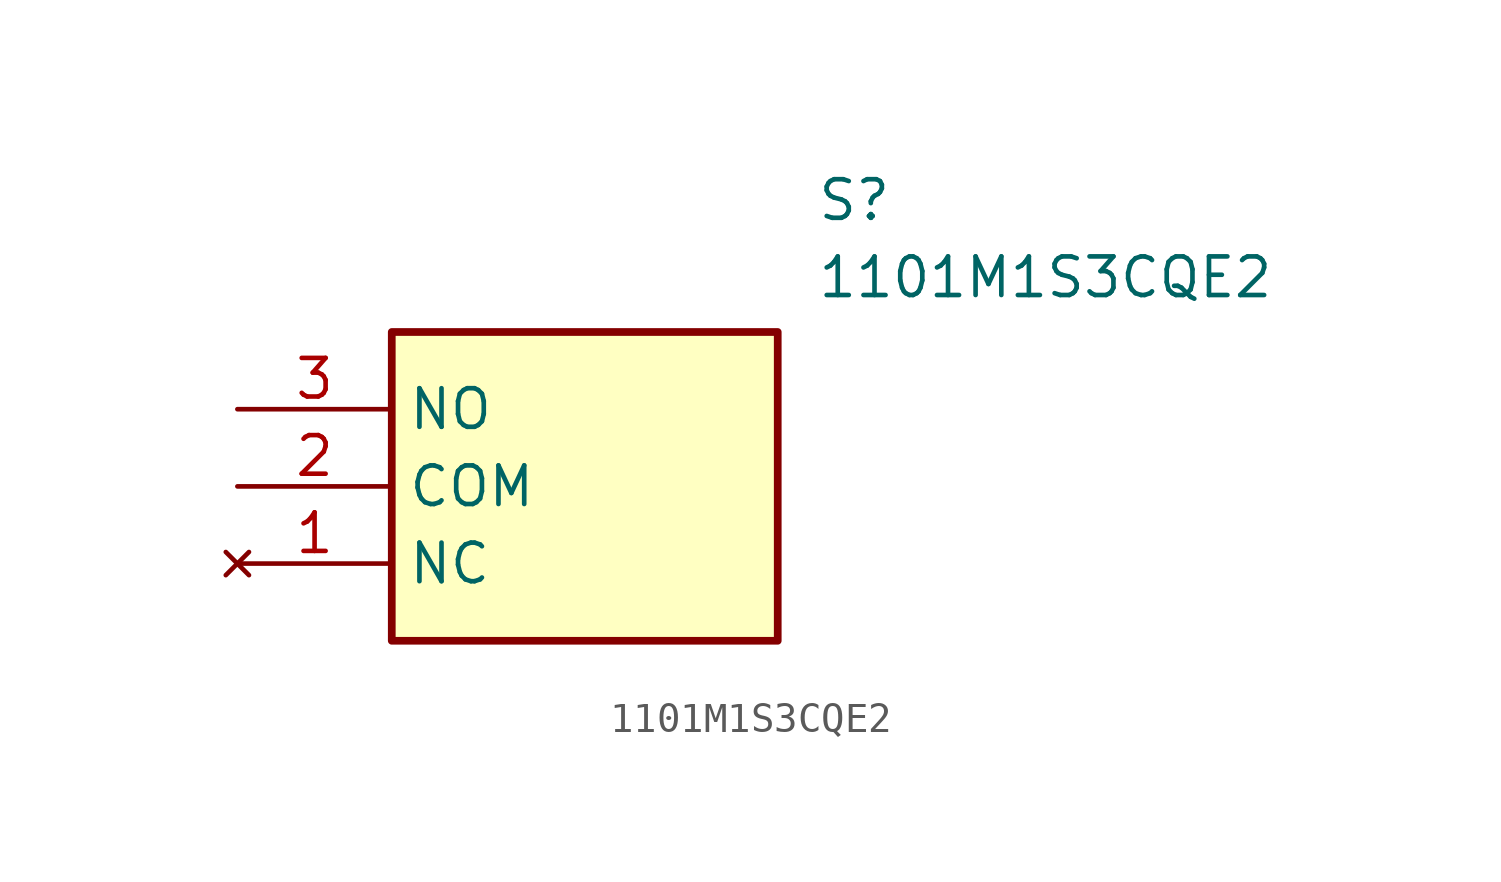
<source format=kicad_sym>
(kicad_symbol_lib
  (version 20211014)
  (generator SamacSys_ECAD_Model)
  (symbol "1101M1S3CQE2"
    (property "Reference" "S"
      (at 19.05 7.62 0)
      (effects (font (size 1.27 1.27)) (justify left top)))
    (property "Value" "1101M1S3CQE2"
      (at 19.05 5.08 0)
      (effects (font (size 1.27 1.27)) (justify left top)))
    (rectangle
      (start 5.08 2.54)
      (end 17.78 -7.62)
      (stroke (width 0.254) (type default))
      (fill (type background)))
    (pin no_connect line
      (at 0 -5.08 0)
      (length 5.08)
      (name "NC" (effects (font (size 1.27 1.27))))
      (number "1" (effects (font (size 1.27 1.27)))))
    (pin passive line
      (at 0 -2.54 0)
      (length 5.08)
      (name "COM" (effects (font (size 1.27 1.27))))
      (number "2" (effects (font (size 1.27 1.27)))))
    (pin passive line
      (at 0 0 0)
      (length 5.08)
      (name "NO" (effects (font (size 1.27 1.27))))
      (number "3" (effects (font (size 1.27 1.27)))))))
</source>
